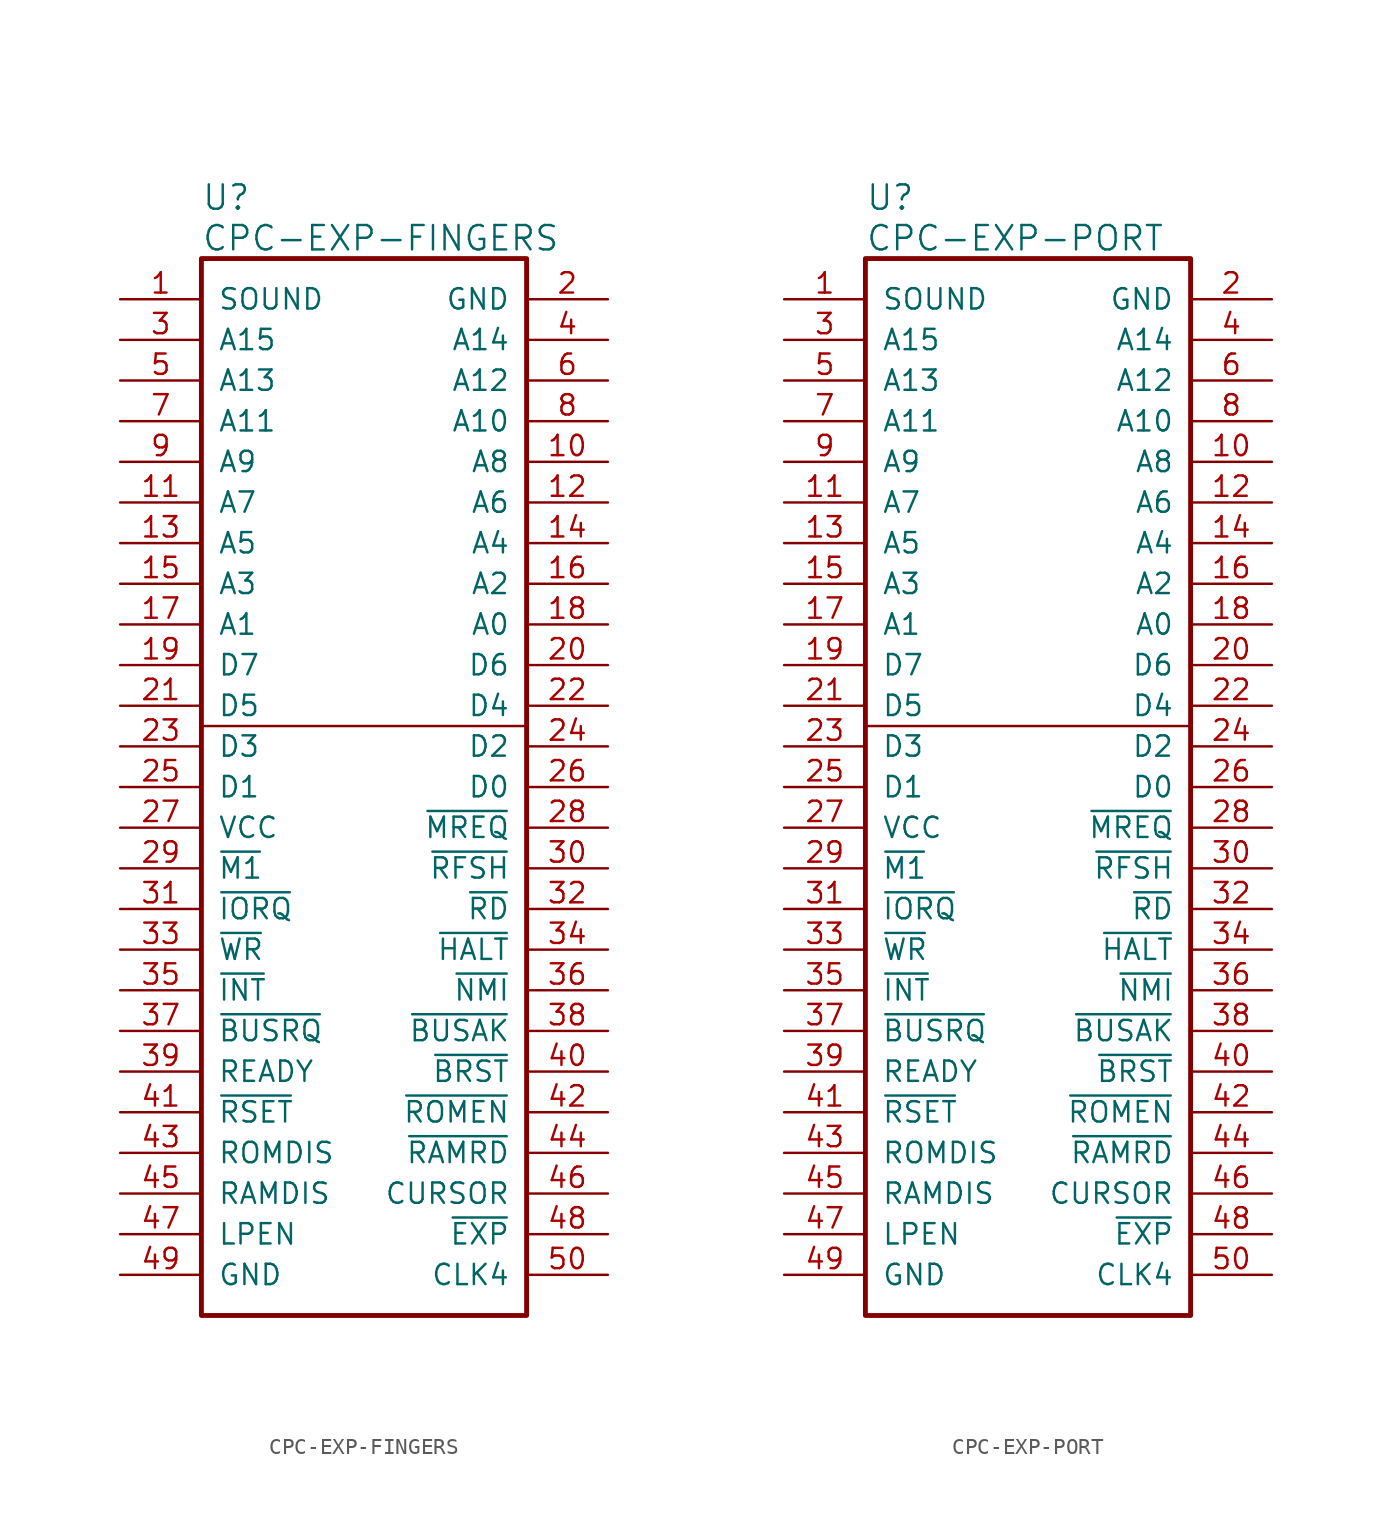
<source format=kicad_sym>
(kicad_symbol_lib
  (version 20241209)
  (generator "kicad_symbol_editor")
  (generator_version "9.0")
  (symbol "CPC-EXP-FINGERS"
    (pin_names
      (offset 1.016))
    (property "Reference" "U"
      (at 5.08 6.35 0)
      (effects (font (size 1.524 1.524)) (justify left)))
    (property "Value" "CPC-EXP-FINGERS"
      (at 5.08 3.81 0)
      (effects (font (size 1.524 1.524)) (justify left)))
    (property "ki_locked" ""
      (at 0 0 0)
      (effects (font (size 1.27 1.27))))
    (symbol "CPC-EXP-FINGERS_0_1"
      (polyline (pts (xy 5.08 -26.67) (xy 25.4 -26.67)) (stroke (width 0) (type default)) (fill (type none))))
    (symbol "CPC-EXP-FINGERS_1_1"
      (rectangle (start 5.08 2.54) (end 25.4 -63.5) (stroke (width 0.305) (type default)) (fill (type none)))
      (pin passive line (at 0 0 0) (length 5.08) (name "SOUND" (effects (font (size 1.27 1.27)))) (number "1" (effects (font (size 1.27 1.27)))))
      (pin input line (at 0 -2.54 0) (length 5.08) (name "A15" (effects (font (size 1.27 1.27)))) (number "3" (effects (font (size 1.27 1.27)))))
      (pin input line (at 0 -5.08 0) (length 5.08) (name "A13" (effects (font (size 1.27 1.27)))) (number "5" (effects (font (size 1.27 1.27)))))
      (pin input line (at 0 -7.62 0) (length 5.08) (name "A11" (effects (font (size 1.27 1.27)))) (number "7" (effects (font (size 1.27 1.27)))))
      (pin input line (at 0 -10.16 0) (length 5.08) (name "A9" (effects (font (size 1.27 1.27)))) (number "9" (effects (font (size 1.27 1.27)))))
      (pin input line (at 0 -12.7 0) (length 5.08) (name "A7" (effects (font (size 1.27 1.27)))) (number "11" (effects (font (size 1.27 1.27)))))
      (pin input line (at 0 -15.24 0) (length 5.08) (name "A5" (effects (font (size 1.27 1.27)))) (number "13" (effects (font (size 1.27 1.27)))))
      (pin input line (at 0 -17.78 0) (length 5.08) (name "A3" (effects (font (size 1.27 1.27)))) (number "15" (effects (font (size 1.27 1.27)))))
      (pin input line (at 0 -20.32 0) (length 5.08) (name "A1" (effects (font (size 1.27 1.27)))) (number "17" (effects (font (size 1.27 1.27)))))
      (pin tri_state line (at 0 -22.86 0) (length 5.08) (name "D7" (effects (font (size 1.27 1.27)))) (number "19" (effects (font (size 1.27 1.27)))))
      (pin tri_state line (at 0 -25.4 0) (length 5.08) (name "D5" (effects (font (size 1.27 1.27)))) (number "21" (effects (font (size 1.27 1.27)))))
      (pin tri_state line (at 0 -27.94 0) (length 5.08) (name "D3" (effects (font (size 1.27 1.27)))) (number "23" (effects (font (size 1.27 1.27)))))
      (pin tri_state line (at 0 -30.48 0) (length 5.08) (name "D1" (effects (font (size 1.27 1.27)))) (number "25" (effects (font (size 1.27 1.27)))))
      (pin power_in line (at 0 -33.02 0) (length 5.08) (name "VCC" (effects (font (size 1.27 1.27)))) (number "27" (effects (font (size 1.27 1.27)))))
      (pin input line (at 0 -35.56 0) (length 5.08) (name "~{M1}" (effects (font (size 1.27 1.27)))) (number "29" (effects (font (size 1.27 1.27)))))
      (pin input line (at 0 -38.1 0) (length 5.08) (name "~{IORQ}" (effects (font (size 1.27 1.27)))) (number "31" (effects (font (size 1.27 1.27)))))
      (pin output line (at 0 -40.64 0) (length 5.08) (name "~{WR}" (effects (font (size 1.27 1.27)))) (number "33" (effects (font (size 1.27 1.27)))))
      (pin input line (at 0 -43.18 0) (length 5.08) (name "~{INT}" (effects (font (size 1.27 1.27)))) (number "35" (effects (font (size 1.27 1.27)))))
      (pin output line (at 0 -45.72 0) (length 5.08) (name "~{BUSRQ}" (effects (font (size 1.27 1.27)))) (number "37" (effects (font (size 1.27 1.27)))))
      (pin input line (at 0 -48.26 0) (length 5.08) (name "READY" (effects (font (size 1.27 1.27)))) (number "39" (effects (font (size 1.27 1.27)))))
      (pin output line (at 0 -50.8 0) (length 5.08) (name "~{RSET}" (effects (font (size 1.27 1.27)))) (number "41" (effects (font (size 1.27 1.27)))))
      (pin output line (at 0 -53.34 0) (length 5.08) (name "ROMDIS" (effects (font (size 1.27 1.27)))) (number "43" (effects (font (size 1.27 1.27)))))
      (pin output line (at 0 -55.88 0) (length 5.08) (name "RAMDIS" (effects (font (size 1.27 1.27)))) (number "45" (effects (font (size 1.27 1.27)))))
      (pin output line (at 0 -58.42 0) (length 5.08) (name "LPEN" (effects (font (size 1.27 1.27)))) (number "47" (effects (font (size 1.27 1.27)))))
      (pin power_in line (at 0 -60.96 0) (length 5.08) (name "GND" (effects (font (size 1.27 1.27)))) (number "49" (effects (font (size 1.27 1.27)))))
      (pin power_in line (at 30.48 0 180) (length 5.08) (name "GND" (effects (font (size 1.27 1.27)))) (number "2" (effects (font (size 1.27 1.27)))))
      (pin input line (at 30.48 -2.54 180) (length 5.08) (name "A14" (effects (font (size 1.27 1.27)))) (number "4" (effects (font (size 1.27 1.27)))))
      (pin input line (at 30.48 -5.08 180) (length 5.08) (name "A12" (effects (font (size 1.27 1.27)))) (number "6" (effects (font (size 1.27 1.27)))))
      (pin input line (at 30.48 -7.62 180) (length 5.08) (name "A10" (effects (font (size 1.27 1.27)))) (number "8" (effects (font (size 1.27 1.27)))))
      (pin input line (at 30.48 -10.16 180) (length 5.08) (name "A8" (effects (font (size 1.27 1.27)))) (number "10" (effects (font (size 1.27 1.27)))))
      (pin input line (at 30.48 -12.7 180) (length 5.08) (name "A6" (effects (font (size 1.27 1.27)))) (number "12" (effects (font (size 1.27 1.27)))))
      (pin input line (at 30.48 -15.24 180) (length 5.08) (name "A4" (effects (font (size 1.27 1.27)))) (number "14" (effects (font (size 1.27 1.27)))))
      (pin input line (at 30.48 -17.78 180) (length 5.08) (name "A2" (effects (font (size 1.27 1.27)))) (number "16" (effects (font (size 1.27 1.27)))))
      (pin input line (at 30.48 -20.32 180) (length 5.08) (name "A0" (effects (font (size 1.27 1.27)))) (number "18" (effects (font (size 1.27 1.27)))))
      (pin tri_state line (at 30.48 -22.86 180) (length 5.08) (name "D6" (effects (font (size 1.27 1.27)))) (number "20" (effects (font (size 1.27 1.27)))))
      (pin tri_state line (at 30.48 -25.4 180) (length 5.08) (name "D4" (effects (font (size 1.27 1.27)))) (number "22" (effects (font (size 1.27 1.27)))))
      (pin tri_state line (at 30.48 -27.94 180) (length 5.08) (name "D2" (effects (font (size 1.27 1.27)))) (number "24" (effects (font (size 1.27 1.27)))))
      (pin tri_state line (at 30.48 -30.48 180) (length 5.08) (name "D0" (effects (font (size 1.27 1.27)))) (number "26" (effects (font (size 1.27 1.27)))))
      (pin input line (at 30.48 -33.02 180) (length 5.08) (name "~{MREQ}" (effects (font (size 1.27 1.27)))) (number "28" (effects (font (size 1.27 1.27)))))
      (pin input line (at 30.48 -35.56 180) (length 5.08) (name "~{RFSH}" (effects (font (size 1.27 1.27)))) (number "30" (effects (font (size 1.27 1.27)))))
      (pin output line (at 30.48 -38.1 180) (length 5.08) (name "~{RD}" (effects (font (size 1.27 1.27)))) (number "32" (effects (font (size 1.27 1.27)))))
      (pin output line (at 30.48 -40.64 180) (length 5.08) (name "~{HALT}" (effects (font (size 1.27 1.27)))) (number "34" (effects (font (size 1.27 1.27)))))
      (pin output line (at 30.48 -43.18 180) (length 5.08) (name "~{NMI}" (effects (font (size 1.27 1.27)))) (number "36" (effects (font (size 1.27 1.27)))))
      (pin input line (at 30.48 -45.72 180) (length 5.08) (name "~{BUSAK}" (effects (font (size 1.27 1.27)))) (number "38" (effects (font (size 1.27 1.27)))))
      (pin output line (at 30.48 -48.26 180) (length 5.08) (name "~{BRST}" (effects (font (size 1.27 1.27)))) (number "40" (effects (font (size 1.27 1.27)))))
      (pin input line (at 30.48 -50.8 180) (length 5.08) (name "~{ROMEN}" (effects (font (size 1.27 1.27)))) (number "42" (effects (font (size 1.27 1.27)))))
      (pin input line (at 30.48 -53.34 180) (length 5.08) (name "~{RAMRD}" (effects (font (size 1.27 1.27)))) (number "44" (effects (font (size 1.27 1.27)))))
      (pin input line (at 30.48 -55.88 180) (length 5.08) (name "CURSOR" (effects (font (size 1.27 1.27)))) (number "46" (effects (font (size 1.27 1.27)))))
      (pin bidirectional line (at 30.48 -58.42 180) (length 5.08) (name "~{EXP}" (effects (font (size 1.27 1.27)))) (number "48" (effects (font (size 1.27 1.27)))))
      (pin input line (at 30.48 -60.96 180) (length 5.08) (name "CLK4" (effects (font (size 1.27 1.27)))) (number "50" (effects (font (size 1.27 1.27)))))))
  (symbol "CPC-EXP-PORT"
    (pin_names
      (offset 1.016))
    (property "Reference" "U"
      (at 5.08 6.35 0)
      (effects (font (size 1.524 1.524)) (justify left)))
    (property "Value" "CPC-EXP-PORT"
      (at 5.08 3.81 0)
      (effects (font (size 1.524 1.524)) (justify left)))
    (property "ki_locked" ""
      (at 0 0 0)
      (effects (font (size 1.27 1.27))))
    (symbol "CPC-EXP-PORT_0_1"
      (polyline (pts (xy 5.08 -26.67) (xy 25.4 -26.67)) (stroke (width 0) (type default)) (fill (type none))))
    (symbol "CPC-EXP-PORT_1_1"
      (rectangle (start 5.08 2.54) (end 25.4 -63.5) (stroke (width 0.305) (type default)) (fill (type none)))
      (pin passive line (at 0 0 0) (length 5.08) (name "SOUND" (effects (font (size 1.27 1.27)))) (number "1" (effects (font (size 1.27 1.27)))))
      (pin output line (at 0 -2.54 0) (length 5.08) (name "A15" (effects (font (size 1.27 1.27)))) (number "3" (effects (font (size 1.27 1.27)))))
      (pin output line (at 0 -5.08 0) (length 5.08) (name "A13" (effects (font (size 1.27 1.27)))) (number "5" (effects (font (size 1.27 1.27)))))
      (pin output line (at 0 -7.62 0) (length 5.08) (name "A11" (effects (font (size 1.27 1.27)))) (number "7" (effects (font (size 1.27 1.27)))))
      (pin output line (at 0 -10.16 0) (length 5.08) (name "A9" (effects (font (size 1.27 1.27)))) (number "9" (effects (font (size 1.27 1.27)))))
      (pin output line (at 0 -12.7 0) (length 5.08) (name "A7" (effects (font (size 1.27 1.27)))) (number "11" (effects (font (size 1.27 1.27)))))
      (pin output line (at 0 -15.24 0) (length 5.08) (name "A5" (effects (font (size 1.27 1.27)))) (number "13" (effects (font (size 1.27 1.27)))))
      (pin output line (at 0 -17.78 0) (length 5.08) (name "A3" (effects (font (size 1.27 1.27)))) (number "15" (effects (font (size 1.27 1.27)))))
      (pin output line (at 0 -20.32 0) (length 5.08) (name "A1" (effects (font (size 1.27 1.27)))) (number "17" (effects (font (size 1.27 1.27)))))
      (pin tri_state line (at 0 -22.86 0) (length 5.08) (name "D7" (effects (font (size 1.27 1.27)))) (number "19" (effects (font (size 1.27 1.27)))))
      (pin tri_state line (at 0 -25.4 0) (length 5.08) (name "D5" (effects (font (size 1.27 1.27)))) (number "21" (effects (font (size 1.27 1.27)))))
      (pin tri_state line (at 0 -27.94 0) (length 5.08) (name "D3" (effects (font (size 1.27 1.27)))) (number "23" (effects (font (size 1.27 1.27)))))
      (pin tri_state line (at 0 -30.48 0) (length 5.08) (name "D1" (effects (font (size 1.27 1.27)))) (number "25" (effects (font (size 1.27 1.27)))))
      (pin power_in line (at 0 -33.02 0) (length 5.08) (name "VCC" (effects (font (size 1.27 1.27)))) (number "27" (effects (font (size 1.27 1.27)))))
      (pin output line (at 0 -35.56 0) (length 5.08) (name "~{M1}" (effects (font (size 1.27 1.27)))) (number "29" (effects (font (size 1.27 1.27)))))
      (pin output line (at 0 -38.1 0) (length 5.08) (name "~{IORQ}" (effects (font (size 1.27 1.27)))) (number "31" (effects (font (size 1.27 1.27)))))
      (pin output line (at 0 -40.64 0) (length 5.08) (name "~{WR}" (effects (font (size 1.27 1.27)))) (number "33" (effects (font (size 1.27 1.27)))))
      (pin input line (at 0 -43.18 0) (length 5.08) (name "~{INT}" (effects (font (size 1.27 1.27)))) (number "35" (effects (font (size 1.27 1.27)))))
      (pin input line (at 0 -45.72 0) (length 5.08) (name "~{BUSRQ}" (effects (font (size 1.27 1.27)))) (number "37" (effects (font (size 1.27 1.27)))))
      (pin output line (at 0 -48.26 0) (length 5.08) (name "READY" (effects (font (size 1.27 1.27)))) (number "39" (effects (font (size 1.27 1.27)))))
      (pin input line (at 0 -50.8 0) (length 5.08) (name "~{RSET}" (effects (font (size 1.27 1.27)))) (number "41" (effects (font (size 1.27 1.27)))))
      (pin input line (at 0 -53.34 0) (length 5.08) (name "ROMDIS" (effects (font (size 1.27 1.27)))) (number "43" (effects (font (size 1.27 1.27)))))
      (pin input line (at 0 -55.88 0) (length 5.08) (name "RAMDIS" (effects (font (size 1.27 1.27)))) (number "45" (effects (font (size 1.27 1.27)))))
      (pin input line (at 0 -58.42 0) (length 5.08) (name "LPEN" (effects (font (size 1.27 1.27)))) (number "47" (effects (font (size 1.27 1.27)))))
      (pin power_in line (at 0 -60.96 0) (length 5.08) (name "GND" (effects (font (size 1.27 1.27)))) (number "49" (effects (font (size 1.27 1.27)))))
      (pin power_in line (at 30.48 0 180) (length 5.08) (name "GND" (effects (font (size 1.27 1.27)))) (number "2" (effects (font (size 1.27 1.27)))))
      (pin output line (at 30.48 -2.54 180) (length 5.08) (name "A14" (effects (font (size 1.27 1.27)))) (number "4" (effects (font (size 1.27 1.27)))))
      (pin output line (at 30.48 -5.08 180) (length 5.08) (name "A12" (effects (font (size 1.27 1.27)))) (number "6" (effects (font (size 1.27 1.27)))))
      (pin output line (at 30.48 -7.62 180) (length 5.08) (name "A10" (effects (font (size 1.27 1.27)))) (number "8" (effects (font (size 1.27 1.27)))))
      (pin output line (at 30.48 -10.16 180) (length 5.08) (name "A8" (effects (font (size 1.27 1.27)))) (number "10" (effects (font (size 1.27 1.27)))))
      (pin output line (at 30.48 -12.7 180) (length 5.08) (name "A6" (effects (font (size 1.27 1.27)))) (number "12" (effects (font (size 1.27 1.27)))))
      (pin output line (at 30.48 -15.24 180) (length 5.08) (name "A4" (effects (font (size 1.27 1.27)))) (number "14" (effects (font (size 1.27 1.27)))))
      (pin output line (at 30.48 -17.78 180) (length 5.08) (name "A2" (effects (font (size 1.27 1.27)))) (number "16" (effects (font (size 1.27 1.27)))))
      (pin output line (at 30.48 -20.32 180) (length 5.08) (name "A0" (effects (font (size 1.27 1.27)))) (number "18" (effects (font (size 1.27 1.27)))))
      (pin tri_state line (at 30.48 -22.86 180) (length 5.08) (name "D6" (effects (font (size 1.27 1.27)))) (number "20" (effects (font (size 1.27 1.27)))))
      (pin tri_state line (at 30.48 -25.4 180) (length 5.08) (name "D4" (effects (font (size 1.27 1.27)))) (number "22" (effects (font (size 1.27 1.27)))))
      (pin tri_state line (at 30.48 -27.94 180) (length 5.08) (name "D2" (effects (font (size 1.27 1.27)))) (number "24" (effects (font (size 1.27 1.27)))))
      (pin tri_state line (at 30.48 -30.48 180) (length 5.08) (name "D0" (effects (font (size 1.27 1.27)))) (number "26" (effects (font (size 1.27 1.27)))))
      (pin output line (at 30.48 -33.02 180) (length 5.08) (name "~{MREQ}" (effects (font (size 1.27 1.27)))) (number "28" (effects (font (size 1.27 1.27)))))
      (pin output line (at 30.48 -35.56 180) (length 5.08) (name "~{RFSH}" (effects (font (size 1.27 1.27)))) (number "30" (effects (font (size 1.27 1.27)))))
      (pin output line (at 30.48 -38.1 180) (length 5.08) (name "~{RD}" (effects (font (size 1.27 1.27)))) (number "32" (effects (font (size 1.27 1.27)))))
      (pin output line (at 30.48 -40.64 180) (length 5.08) (name "~{HALT}" (effects (font (size 1.27 1.27)))) (number "34" (effects (font (size 1.27 1.27)))))
      (pin input line (at 30.48 -43.18 180) (length 5.08) (name "~{NMI}" (effects (font (size 1.27 1.27)))) (number "36" (effects (font (size 1.27 1.27)))))
      (pin output line (at 30.48 -45.72 180) (length 5.08) (name "~{BUSAK}" (effects (font (size 1.27 1.27)))) (number "38" (effects (font (size 1.27 1.27)))))
      (pin input line (at 30.48 -48.26 180) (length 5.08) (name "~{BRST}" (effects (font (size 1.27 1.27)))) (number "40" (effects (font (size 1.27 1.27)))))
      (pin output line (at 30.48 -50.8 180) (length 5.08) (name "~{ROMEN}" (effects (font (size 1.27 1.27)))) (number "42" (effects (font (size 1.27 1.27)))))
      (pin output line (at 30.48 -53.34 180) (length 5.08) (name "~{RAMRD}" (effects (font (size 1.27 1.27)))) (number "44" (effects (font (size 1.27 1.27)))))
      (pin output line (at 30.48 -55.88 180) (length 5.08) (name "CURSOR" (effects (font (size 1.27 1.27)))) (number "46" (effects (font (size 1.27 1.27)))))
      (pin unspecified line (at 30.48 -58.42 180) (length 5.08) (name "~{EXP}" (effects (font (size 1.27 1.27)))) (number "48" (effects (font (size 1.27 1.27)))))
      (pin unspecified line (at 30.48 -60.96 180) (length 5.08) (name "CLK4" (effects (font (size 1.27 1.27)))) (number "50" (effects (font (size 1.27 1.27))))))))
</source>
